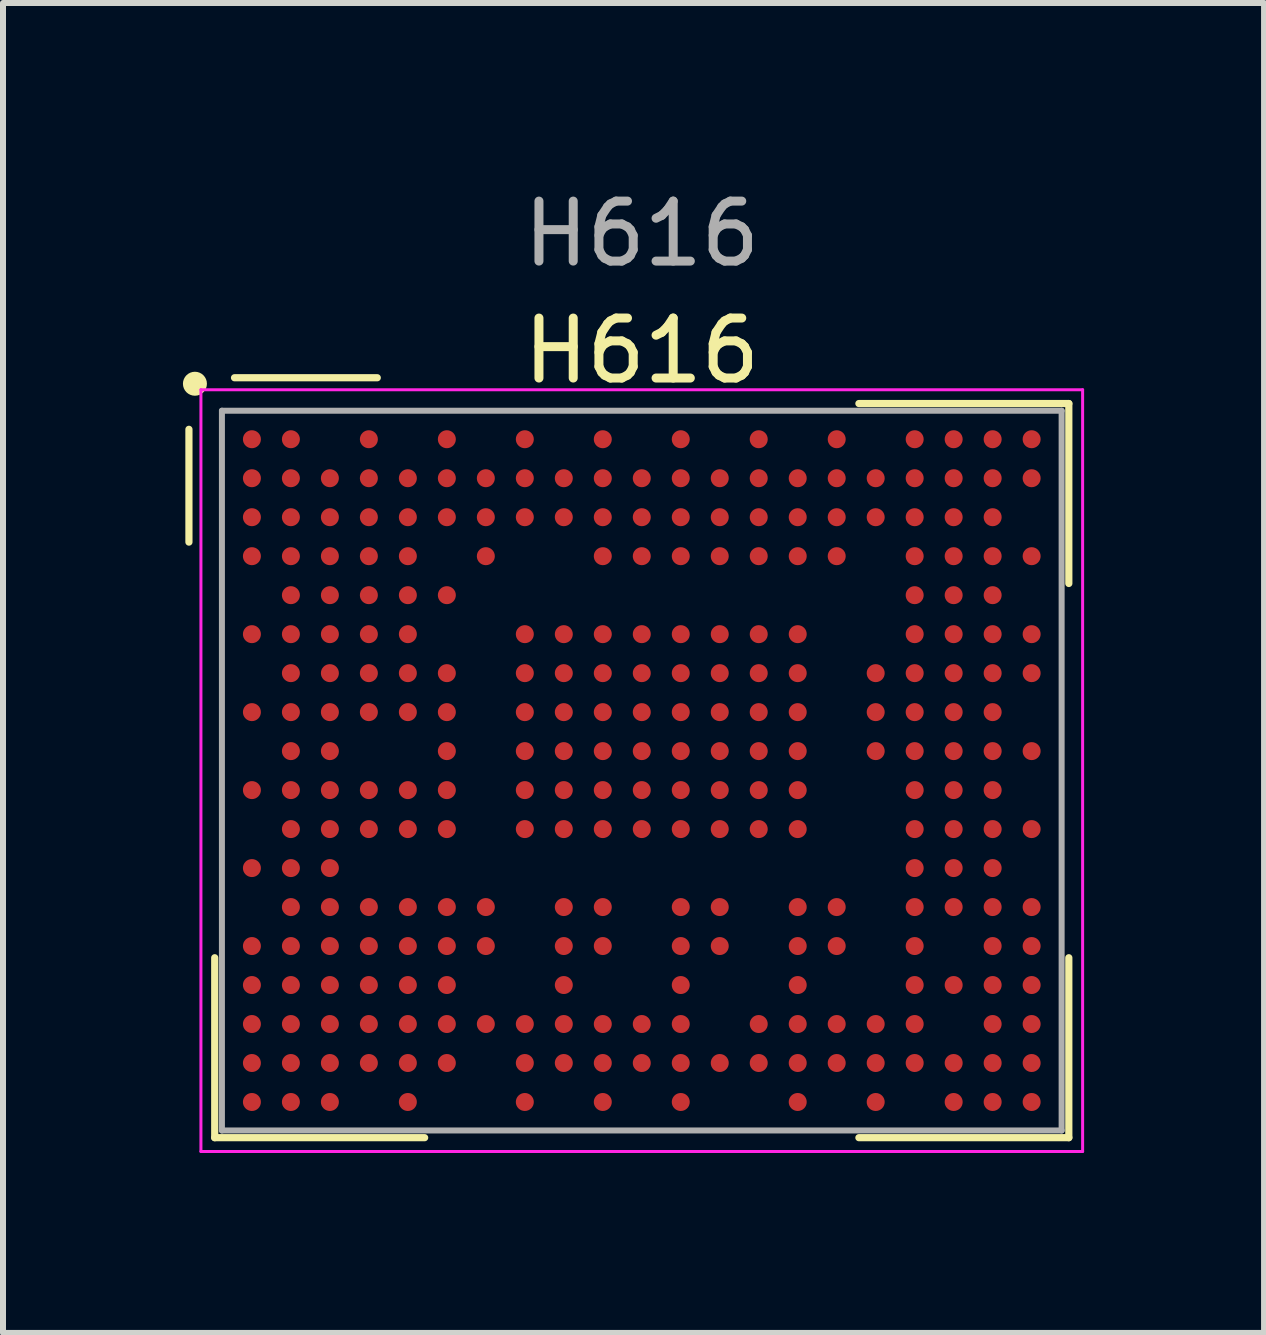
<source format=kicad_pcb>
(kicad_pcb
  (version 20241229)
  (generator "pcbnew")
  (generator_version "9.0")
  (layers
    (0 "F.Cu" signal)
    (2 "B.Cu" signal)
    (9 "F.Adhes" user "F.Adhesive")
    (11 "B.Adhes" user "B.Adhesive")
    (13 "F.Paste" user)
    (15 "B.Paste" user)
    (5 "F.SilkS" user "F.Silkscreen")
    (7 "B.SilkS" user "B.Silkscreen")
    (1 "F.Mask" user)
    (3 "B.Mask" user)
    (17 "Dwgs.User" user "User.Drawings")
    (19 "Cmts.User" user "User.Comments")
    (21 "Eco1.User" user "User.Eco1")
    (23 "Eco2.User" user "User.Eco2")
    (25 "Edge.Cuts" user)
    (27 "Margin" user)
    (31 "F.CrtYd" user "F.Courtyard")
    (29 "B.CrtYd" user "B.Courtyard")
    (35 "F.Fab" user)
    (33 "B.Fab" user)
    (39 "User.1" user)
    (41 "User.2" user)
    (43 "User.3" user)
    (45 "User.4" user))
  (footprint "H616"
    (layer "F.Cu")
    (at 7.65 9.798)
    (property "Reference" "H616" (at 0 -7 0) (layer "F.SilkS") (effects (font (size 1 1) (thickness 0.15))))
    (attr smd)
    (fp_line (start -7.55 -5.69) (end -7.55 -3.81) (stroke (width 0.12) (type default)) (layer "F.SilkS"))
    (fp_line (start -7.12 6.12) (end -7.12 3.12) (stroke (width 0.12) (type default)) (layer "F.SilkS"))
    (fp_line (start -4.41 -6.55) (end -6.79 -6.55) (stroke (width 0.12) (type default)) (layer "F.SilkS"))
    (fp_line (start -3.62 6.12) (end -7.12 6.12) (stroke (width 0.12) (type default)) (layer "F.SilkS"))
    (fp_line (start 3.62 -6.12) (end 7.12 -6.12) (stroke (width 0.12) (type default)) (layer "F.SilkS"))
    (fp_line (start 3.62 6.12) (end 7.12 6.12) (stroke (width 0.12) (type default)) (layer "F.SilkS"))
    (fp_line (start 7.12 -6.12) (end 7.12 -3.12) (stroke (width 0.12) (type default)) (layer "F.SilkS"))
    (fp_line (start 7.12 6.12) (end 7.12 3.12) (stroke (width 0.12) (type default)) (layer "F.SilkS"))
    (fp_circle (center -7.45 -6.45) (end -7.45 -6.35) (stroke (width 0.2) (type default)) (fill no) (layer "F.SilkS"))
    (fp_line (start -7.35 -6.35) (end 7.35 -6.35) (stroke (width 0.05) (type default)) (layer "F.CrtYd"))
    (fp_line (start -7.35 6.35) (end -7.35 -6.35) (stroke (width 0.05) (type default)) (layer "F.CrtYd"))
    (fp_line (start 7.35 -6.35) (end 7.35 6.35) (stroke (width 0.05) (type default)) (layer "F.CrtYd"))
    (fp_line (start 7.35 6.35) (end -7.35 6.35) (stroke (width 0.05) (type default)) (layer "F.CrtYd"))
    (fp_line (start -7 -6) (end -7 6) (stroke (width 0.1) (type default)) (layer "F.Fab"))
    (fp_line (start -7 6) (end 7 6) (stroke (width 0.1) (type default)) (layer "F.Fab"))
    (fp_line (start 7 -6) (end -7 -6) (stroke (width 0.1) (type default)) (layer "F.Fab"))
    (fp_line (start 7 6) (end 7 -6) (stroke (width 0.1) (type default)) (layer "F.Fab"))
    (fp_text user "${REFERENCE}" (at 0 -8.95 0) (layer "F.Fab") (effects (font (size 1 1) (thickness 0.15))))
    (pad "A1" smd circle (at -6.5 -5.525) (size 0.3 0.3) (layers "F.Cu" "F.Mask" "F.Paste"))
    (pad "A2" smd circle (at -5.85 -5.525) (size 0.3 0.3) (layers "F.Cu" "F.Mask" "F.Paste"))
    (pad "A4" smd circle (at -4.55 -5.525) (size 0.3 0.3) (layers "F.Cu" "F.Mask" "F.Paste"))
    (pad "A6" smd circle (at -3.25 -5.525) (size 0.3 0.3) (layers "F.Cu" "F.Mask" "F.Paste"))
    (pad "A8" smd circle (at -1.95 -5.525) (size 0.3 0.3) (layers "F.Cu" "F.Mask" "F.Paste"))
    (pad "A10" smd circle (at -0.65 -5.525) (size 0.3 0.3) (layers "F.Cu" "F.Mask" "F.Paste"))
    (pad "A12" smd circle (at 0.65 -5.525) (size 0.3 0.3) (layers "F.Cu" "F.Mask" "F.Paste"))
    (pad "A14" smd circle (at 1.95 -5.525) (size 0.3 0.3) (layers "F.Cu" "F.Mask" "F.Paste"))
    (pad "A16" smd circle (at 3.25 -5.525) (size 0.3 0.3) (layers "F.Cu" "F.Mask" "F.Paste"))
    (pad "A18" smd circle (at 4.55 -5.525) (size 0.3 0.3) (layers "F.Cu" "F.Mask" "F.Paste"))
    (pad "A19" smd circle (at 5.2 -5.525) (size 0.3 0.3) (layers "F.Cu" "F.Mask" "F.Paste"))
    (pad "A20" smd circle (at 5.85 -5.525) (size 0.3 0.3) (layers "F.Cu" "F.Mask" "F.Paste"))
    (pad "A21" smd circle (at 6.5 -5.525) (size 0.3 0.3) (layers "F.Cu" "F.Mask" "F.Paste"))
    (pad "B1" smd circle (at -6.5 -4.875) (size 0.3 0.3) (layers "F.Cu" "F.Mask" "F.Paste"))
    (pad "B2" smd circle (at -5.85 -4.875) (size 0.3 0.3) (layers "F.Cu" "F.Mask" "F.Paste"))
    (pad "B3" smd circle (at -5.2 -4.875) (size 0.3 0.3) (layers "F.Cu" "F.Mask" "F.Paste"))
    (pad "B4" smd circle (at -4.55 -4.875) (size 0.3 0.3) (layers "F.Cu" "F.Mask" "F.Paste"))
    (pad "B5" smd circle (at -3.9 -4.875) (size 0.3 0.3) (layers "F.Cu" "F.Mask" "F.Paste"))
    (pad "B6" smd circle (at -3.25 -4.875) (size 0.3 0.3) (layers "F.Cu" "F.Mask" "F.Paste"))
    (pad "B7" smd circle (at -2.6 -4.875) (size 0.3 0.3) (layers "F.Cu" "F.Mask" "F.Paste"))
    (pad "B8" smd circle (at -1.95 -4.875) (size 0.3 0.3) (layers "F.Cu" "F.Mask" "F.Paste"))
    (pad "B9" smd circle (at -1.3 -4.875) (size 0.3 0.3) (layers "F.Cu" "F.Mask" "F.Paste"))
    (pad "B10" smd circle (at -0.65 -4.875) (size 0.3 0.3) (layers "F.Cu" "F.Mask" "F.Paste"))
    (pad "B11" smd circle (at 0 -4.875) (size 0.3 0.3) (layers "F.Cu" "F.Mask" "F.Paste"))
    (pad "B12" smd circle (at 0.65 -4.875) (size 0.3 0.3) (layers "F.Cu" "F.Mask" "F.Paste"))
    (pad "B13" smd circle (at 1.3 -4.875) (size 0.3 0.3) (layers "F.Cu" "F.Mask" "F.Paste"))
    (pad "B14" smd circle (at 1.95 -4.875) (size 0.3 0.3) (layers "F.Cu" "F.Mask" "F.Paste"))
    (pad "B15" smd circle (at 2.6 -4.875) (size 0.3 0.3) (layers "F.Cu" "F.Mask" "F.Paste"))
    (pad "B16" smd circle (at 3.25 -4.875) (size 0.3 0.3) (layers "F.Cu" "F.Mask" "F.Paste"))
    (pad "B17" smd circle (at 3.9 -4.875) (size 0.3 0.3) (layers "F.Cu" "F.Mask" "F.Paste"))
    (pad "B18" smd circle (at 4.55 -4.875) (size 0.3 0.3) (layers "F.Cu" "F.Mask" "F.Paste"))
    (pad "B19" smd circle (at 5.2 -4.875) (size 0.3 0.3) (layers "F.Cu" "F.Mask" "F.Paste"))
    (pad "B20" smd circle (at 5.85 -4.875) (size 0.3 0.3) (layers "F.Cu" "F.Mask" "F.Paste"))
    (pad "B21" smd circle (at 6.5 -4.875) (size 0.3 0.3) (layers "F.Cu" "F.Mask" "F.Paste"))
    (pad "C1" smd circle (at -6.5 -4.225) (size 0.3 0.3) (layers "F.Cu" "F.Mask" "F.Paste"))
    (pad "C2" smd circle (at -5.85 -4.225) (size 0.3 0.3) (layers "F.Cu" "F.Mask" "F.Paste"))
    (pad "C3" smd circle (at -5.2 -4.225) (size 0.3 0.3) (layers "F.Cu" "F.Mask" "F.Paste"))
    (pad "C4" smd circle (at -4.55 -4.225) (size 0.3 0.3) (layers "F.Cu" "F.Mask" "F.Paste"))
    (pad "C5" smd circle (at -3.9 -4.225) (size 0.3 0.3) (layers "F.Cu" "F.Mask" "F.Paste"))
    (pad "C6" smd circle (at -3.25 -4.225) (size 0.3 0.3) (layers "F.Cu" "F.Mask" "F.Paste"))
    (pad "C7" smd circle (at -2.6 -4.225) (size 0.3 0.3) (layers "F.Cu" "F.Mask" "F.Paste"))
    (pad "C8" smd circle (at -1.95 -4.225) (size 0.3 0.3) (layers "F.Cu" "F.Mask" "F.Paste"))
    (pad "C9" smd circle (at -1.3 -4.225) (size 0.3 0.3) (layers "F.Cu" "F.Mask" "F.Paste"))
    (pad "C10" smd circle (at -0.65 -4.225) (size 0.3 0.3) (layers "F.Cu" "F.Mask" "F.Paste"))
    (pad "C11" smd circle (at 0 -4.225) (size 0.3 0.3) (layers "F.Cu" "F.Mask" "F.Paste"))
    (pad "C12" smd circle (at 0.65 -4.225) (size 0.3 0.3) (layers "F.Cu" "F.Mask" "F.Paste"))
    (pad "C13" smd circle (at 1.3 -4.225) (size 0.3 0.3) (layers "F.Cu" "F.Mask" "F.Paste"))
    (pad "C14" smd circle (at 1.95 -4.225) (size 0.3 0.3) (layers "F.Cu" "F.Mask" "F.Paste"))
    (pad "C15" smd circle (at 2.6 -4.225) (size 0.3 0.3) (layers "F.Cu" "F.Mask" "F.Paste"))
    (pad "C16" smd circle (at 3.25 -4.225) (size 0.3 0.3) (layers "F.Cu" "F.Mask" "F.Paste"))
    (pad "C17" smd circle (at 3.9 -4.225) (size 0.3 0.3) (layers "F.Cu" "F.Mask" "F.Paste"))
    (pad "C18" smd circle (at 4.55 -4.225) (size 0.3 0.3) (layers "F.Cu" "F.Mask" "F.Paste"))
    (pad "C19" smd circle (at 5.2 -4.225) (size 0.3 0.3) (layers "F.Cu" "F.Mask" "F.Paste"))
    (pad "C20" smd circle (at 5.85 -4.225) (size 0.3 0.3) (layers "F.Cu" "F.Mask" "F.Paste"))
    (pad "D1" smd circle (at -6.5 -3.575) (size 0.3 0.3) (layers "F.Cu" "F.Mask" "F.Paste"))
    (pad "D2" smd circle (at -5.85 -3.575) (size 0.3 0.3) (layers "F.Cu" "F.Mask" "F.Paste"))
    (pad "D3" smd circle (at -5.2 -3.575) (size 0.3 0.3) (layers "F.Cu" "F.Mask" "F.Paste"))
    (pad "D4" smd circle (at -4.55 -3.575) (size 0.3 0.3) (layers "F.Cu" "F.Mask" "F.Paste"))
    (pad "D5" smd circle (at -3.9 -3.575) (size 0.3 0.3) (layers "F.Cu" "F.Mask" "F.Paste"))
    (pad "D7" smd circle (at -2.6 -3.575) (size 0.3 0.3) (layers "F.Cu" "F.Mask" "F.Paste"))
    (pad "D10" smd circle (at -0.65 -3.575) (size 0.3 0.3) (layers "F.Cu" "F.Mask" "F.Paste"))
    (pad "D11" smd circle (at 0 -3.575) (size 0.3 0.3) (layers "F.Cu" "F.Mask" "F.Paste"))
    (pad "D12" smd circle (at 0.65 -3.575) (size 0.3 0.3) (layers "F.Cu" "F.Mask" "F.Paste"))
    (pad "D13" smd circle (at 1.3 -3.575) (size 0.3 0.3) (layers "F.Cu" "F.Mask" "F.Paste"))
    (pad "D14" smd circle (at 1.95 -3.575) (size 0.3 0.3) (layers "F.Cu" "F.Mask" "F.Paste"))
    (pad "D15" smd circle (at 2.6 -3.575) (size 0.3 0.3) (layers "F.Cu" "F.Mask" "F.Paste"))
    (pad "D16" smd circle (at 3.25 -3.575) (size 0.3 0.3) (layers "F.Cu" "F.Mask" "F.Paste"))
    (pad "D18" smd circle (at 4.55 -3.575) (size 0.3 0.3) (layers "F.Cu" "F.Mask" "F.Paste"))
    (pad "D19" smd circle (at 5.2 -3.575) (size 0.3 0.3) (layers "F.Cu" "F.Mask" "F.Paste"))
    (pad "D20" smd circle (at 5.85 -3.575) (size 0.3 0.3) (layers "F.Cu" "F.Mask" "F.Paste"))
    (pad "D21" smd circle (at 6.5 -3.575) (size 0.3 0.3) (layers "F.Cu" "F.Mask" "F.Paste"))
    (pad "E2" smd circle (at -5.85 -2.925) (size 0.3 0.3) (layers "F.Cu" "F.Mask" "F.Paste"))
    (pad "E3" smd circle (at -5.2 -2.925) (size 0.3 0.3) (layers "F.Cu" "F.Mask" "F.Paste"))
    (pad "E4" smd circle (at -4.55 -2.925) (size 0.3 0.3) (layers "F.Cu" "F.Mask" "F.Paste"))
    (pad "E5" smd circle (at -3.9 -2.925) (size 0.3 0.3) (layers "F.Cu" "F.Mask" "F.Paste"))
    (pad "E6" smd circle (at -3.25 -2.925) (size 0.3 0.3) (layers "F.Cu" "F.Mask" "F.Paste"))
    (pad "E18" smd circle (at 4.55 -2.925) (size 0.3 0.3) (layers "F.Cu" "F.Mask" "F.Paste"))
    (pad "E19" smd circle (at 5.2 -2.925) (size 0.3 0.3) (layers "F.Cu" "F.Mask" "F.Paste"))
    (pad "E20" smd circle (at 5.85 -2.925) (size 0.3 0.3) (layers "F.Cu" "F.Mask" "F.Paste"))
    (pad "F1" smd circle (at -6.5 -2.275) (size 0.3 0.3) (layers "F.Cu" "F.Mask" "F.Paste"))
    (pad "F2" smd circle (at -5.85 -2.275) (size 0.3 0.3) (layers "F.Cu" "F.Mask" "F.Paste"))
    (pad "F3" smd circle (at -5.2 -2.275) (size 0.3 0.3) (layers "F.Cu" "F.Mask" "F.Paste"))
    (pad "F4" smd circle (at -4.55 -2.275) (size 0.3 0.3) (layers "F.Cu" "F.Mask" "F.Paste"))
    (pad "F5" smd circle (at -3.9 -2.275) (size 0.3 0.3) (layers "F.Cu" "F.Mask" "F.Paste"))
    (pad "F8" smd circle (at -1.95 -2.275) (size 0.3 0.3) (layers "F.Cu" "F.Mask" "F.Paste"))
    (pad "F9" smd circle (at -1.3 -2.275) (size 0.3 0.3) (layers "F.Cu" "F.Mask" "F.Paste"))
    (pad "F10" smd circle (at -0.65 -2.275) (size 0.3 0.3) (layers "F.Cu" "F.Mask" "F.Paste"))
    (pad "F11" smd circle (at 0 -2.275) (size 0.3 0.3) (layers "F.Cu" "F.Mask" "F.Paste"))
    (pad "F12" smd circle (at 0.65 -2.275) (size 0.3 0.3) (layers "F.Cu" "F.Mask" "F.Paste"))
    (pad "F13" smd circle (at 1.3 -2.275) (size 0.3 0.3) (layers "F.Cu" "F.Mask" "F.Paste"))
    (pad "F14" smd circle (at 1.95 -2.275) (size 0.3 0.3) (layers "F.Cu" "F.Mask" "F.Paste"))
    (pad "F15" smd circle (at 2.6 -2.275) (size 0.3 0.3) (layers "F.Cu" "F.Mask" "F.Paste"))
    (pad "F18" smd circle (at 4.55 -2.275) (size 0.3 0.3) (layers "F.Cu" "F.Mask" "F.Paste"))
    (pad "F19" smd circle (at 5.2 -2.275) (size 0.3 0.3) (layers "F.Cu" "F.Mask" "F.Paste"))
    (pad "F20" smd circle (at 5.85 -2.275) (size 0.3 0.3) (layers "F.Cu" "F.Mask" "F.Paste"))
    (pad "F21" smd circle (at 6.5 -2.275) (size 0.3 0.3) (layers "F.Cu" "F.Mask" "F.Paste"))
    (pad "G2" smd circle (at -5.85 -1.625) (size 0.3 0.3) (layers "F.Cu" "F.Mask" "F.Paste"))
    (pad "G3" smd circle (at -5.2 -1.625) (size 0.3 0.3) (layers "F.Cu" "F.Mask" "F.Paste"))
    (pad "G4" smd circle (at -4.55 -1.625) (size 0.3 0.3) (layers "F.Cu" "F.Mask" "F.Paste"))
    (pad "G5" smd circle (at -3.9 -1.625) (size 0.3 0.3) (layers "F.Cu" "F.Mask" "F.Paste"))
    (pad "G6" smd circle (at -3.25 -1.625) (size 0.3 0.3) (layers "F.Cu" "F.Mask" "F.Paste"))
    (pad "G8" smd circle (at -1.95 -1.625) (size 0.3 0.3) (layers "F.Cu" "F.Mask" "F.Paste"))
    (pad "G9" smd circle (at -1.3 -1.625) (size 0.3 0.3) (layers "F.Cu" "F.Mask" "F.Paste"))
    (pad "G10" smd circle (at -0.65 -1.625) (size 0.3 0.3) (layers "F.Cu" "F.Mask" "F.Paste"))
    (pad "G11" smd circle (at 0 -1.625) (size 0.3 0.3) (layers "F.Cu" "F.Mask" "F.Paste"))
    (pad "G12" smd circle (at 0.65 -1.625) (size 0.3 0.3) (layers "F.Cu" "F.Mask" "F.Paste"))
    (pad "G13" smd circle (at 1.3 -1.625) (size 0.3 0.3) (layers "F.Cu" "F.Mask" "F.Paste"))
    (pad "G14" smd circle (at 1.95 -1.625) (size 0.3 0.3) (layers "F.Cu" "F.Mask" "F.Paste"))
    (pad "G15" smd circle (at 2.6 -1.625) (size 0.3 0.3) (layers "F.Cu" "F.Mask" "F.Paste"))
    (pad "G17" smd circle (at 3.9 -1.625) (size 0.3 0.3) (layers "F.Cu" "F.Mask" "F.Paste"))
    (pad "G18" smd circle (at 4.55 -1.625) (size 0.3 0.3) (layers "F.Cu" "F.Mask" "F.Paste"))
    (pad "G19" smd circle (at 5.2 -1.625) (size 0.3 0.3) (layers "F.Cu" "F.Mask" "F.Paste"))
    (pad "G20" smd circle (at 5.85 -1.625) (size 0.3 0.3) (layers "F.Cu" "F.Mask" "F.Paste"))
    (pad "G21" smd circle (at 6.5 -1.625) (size 0.3 0.3) (layers "F.Cu" "F.Mask" "F.Paste"))
    (pad "H1" smd circle (at -6.5 -0.975) (size 0.3 0.3) (layers "F.Cu" "F.Mask" "F.Paste"))
    (pad "H2" smd circle (at -5.85 -0.975) (size 0.3 0.3) (layers "F.Cu" "F.Mask" "F.Paste"))
    (pad "H3" smd circle (at -5.2 -0.975) (size 0.3 0.3) (layers "F.Cu" "F.Mask" "F.Paste"))
    (pad "H4" smd circle (at -4.55 -0.975) (size 0.3 0.3) (layers "F.Cu" "F.Mask" "F.Paste"))
    (pad "H5" smd circle (at -3.9 -0.975) (size 0.3 0.3) (layers "F.Cu" "F.Mask" "F.Paste"))
    (pad "H6" smd circle (at -3.25 -0.975) (size 0.3 0.3) (layers "F.Cu" "F.Mask" "F.Paste"))
    (pad "H8" smd circle (at -1.95 -0.975) (size 0.3 0.3) (layers "F.Cu" "F.Mask" "F.Paste"))
    (pad "H9" smd circle (at -1.3 -0.975) (size 0.3 0.3) (layers "F.Cu" "F.Mask" "F.Paste"))
    (pad "H10" smd circle (at -0.65 -0.975) (size 0.3 0.3) (layers "F.Cu" "F.Mask" "F.Paste"))
    (pad "H11" smd circle (at 0 -0.975) (size 0.3 0.3) (layers "F.Cu" "F.Mask" "F.Paste"))
    (pad "H12" smd circle (at 0.65 -0.975) (size 0.3 0.3) (layers "F.Cu" "F.Mask" "F.Paste"))
    (pad "H13" smd circle (at 1.3 -0.975) (size 0.3 0.3) (layers "F.Cu" "F.Mask" "F.Paste"))
    (pad "H14" smd circle (at 1.95 -0.975) (size 0.3 0.3) (layers "F.Cu" "F.Mask" "F.Paste"))
    (pad "H15" smd circle (at 2.6 -0.975) (size 0.3 0.3) (layers "F.Cu" "F.Mask" "F.Paste"))
    (pad "H17" smd circle (at 3.9 -0.975) (size 0.3 0.3) (layers "F.Cu" "F.Mask" "F.Paste"))
    (pad "H18" smd circle (at 4.55 -0.975) (size 0.3 0.3) (layers "F.Cu" "F.Mask" "F.Paste"))
    (pad "H19" smd circle (at 5.2 -0.975) (size 0.3 0.3) (layers "F.Cu" "F.Mask" "F.Paste"))
    (pad "H20" smd circle (at 5.85 -0.975) (size 0.3 0.3) (layers "F.Cu" "F.Mask" "F.Paste"))
    (pad "J2" smd circle (at -5.85 -0.325) (size 0.3 0.3) (layers "F.Cu" "F.Mask" "F.Paste"))
    (pad "J3" smd circle (at -5.2 -0.325) (size 0.3 0.3) (layers "F.Cu" "F.Mask" "F.Paste"))
    (pad "J6" smd circle (at -3.25 -0.325) (size 0.3 0.3) (layers "F.Cu" "F.Mask" "F.Paste"))
    (pad "J8" smd circle (at -1.95 -0.325) (size 0.3 0.3) (layers "F.Cu" "F.Mask" "F.Paste"))
    (pad "J9" smd circle (at -1.3 -0.325) (size 0.3 0.3) (layers "F.Cu" "F.Mask" "F.Paste"))
    (pad "J10" smd circle (at -0.65 -0.325) (size 0.3 0.3) (layers "F.Cu" "F.Mask" "F.Paste"))
    (pad "J11" smd circle (at 0 -0.325) (size 0.3 0.3) (layers "F.Cu" "F.Mask" "F.Paste"))
    (pad "J12" smd circle (at 0.65 -0.325) (size 0.3 0.3) (layers "F.Cu" "F.Mask" "F.Paste"))
    (pad "J13" smd circle (at 1.3 -0.325) (size 0.3 0.3) (layers "F.Cu" "F.Mask" "F.Paste"))
    (pad "J14" smd circle (at 1.95 -0.325) (size 0.3 0.3) (layers "F.Cu" "F.Mask" "F.Paste"))
    (pad "J15" smd circle (at 2.6 -0.325) (size 0.3 0.3) (layers "F.Cu" "F.Mask" "F.Paste"))
    (pad "J17" smd circle (at 3.9 -0.325) (size 0.3 0.3) (layers "F.Cu" "F.Mask" "F.Paste"))
    (pad "J18" smd circle (at 4.55 -0.325) (size 0.3 0.3) (layers "F.Cu" "F.Mask" "F.Paste"))
    (pad "J19" smd circle (at 5.2 -0.325) (size 0.3 0.3) (layers "F.Cu" "F.Mask" "F.Paste"))
    (pad "J20" smd circle (at 5.85 -0.325) (size 0.3 0.3) (layers "F.Cu" "F.Mask" "F.Paste"))
    (pad "J21" smd circle (at 6.5 -0.325) (size 0.3 0.3) (layers "F.Cu" "F.Mask" "F.Paste"))
    (pad "K1" smd circle (at -6.5 0.325) (size 0.3 0.3) (layers "F.Cu" "F.Mask" "F.Paste"))
    (pad "K2" smd circle (at -5.85 0.325) (size 0.3 0.3) (layers "F.Cu" "F.Mask" "F.Paste"))
    (pad "K3" smd circle (at -5.2 0.325) (size 0.3 0.3) (layers "F.Cu" "F.Mask" "F.Paste"))
    (pad "K4" smd circle (at -4.55 0.325) (size 0.3 0.3) (layers "F.Cu" "F.Mask" "F.Paste"))
    (pad "K5" smd circle (at -3.9 0.325) (size 0.3 0.3) (layers "F.Cu" "F.Mask" "F.Paste"))
    (pad "K6" smd circle (at -3.25 0.325) (size 0.3 0.3) (layers "F.Cu" "F.Mask" "F.Paste"))
    (pad "K8" smd circle (at -1.95 0.325) (size 0.3 0.3) (layers "F.Cu" "F.Mask" "F.Paste"))
    (pad "K9" smd circle (at -1.3 0.325) (size 0.3 0.3) (layers "F.Cu" "F.Mask" "F.Paste"))
    (pad "K10" smd circle (at -0.65 0.325) (size 0.3 0.3) (layers "F.Cu" "F.Mask" "F.Paste"))
    (pad "K11" smd circle (at 0 0.325) (size 0.3 0.3) (layers "F.Cu" "F.Mask" "F.Paste"))
    (pad "K12" smd circle (at 0.65 0.325) (size 0.3 0.3) (layers "F.Cu" "F.Mask" "F.Paste"))
    (pad "K13" smd circle (at 1.3 0.325) (size 0.3 0.3) (layers "F.Cu" "F.Mask" "F.Paste"))
    (pad "K14" smd circle (at 1.95 0.325) (size 0.3 0.3) (layers "F.Cu" "F.Mask" "F.Paste"))
    (pad "K15" smd circle (at 2.6 0.325) (size 0.3 0.3) (layers "F.Cu" "F.Mask" "F.Paste"))
    (pad "K18" smd circle (at 4.55 0.325) (size 0.3 0.3) (layers "F.Cu" "F.Mask" "F.Paste"))
    (pad "K19" smd circle (at 5.2 0.325) (size 0.3 0.3) (layers "F.Cu" "F.Mask" "F.Paste"))
    (pad "K20" smd circle (at 5.85 0.325) (size 0.3 0.3) (layers "F.Cu" "F.Mask" "F.Paste"))
    (pad "L2" smd circle (at -5.85 0.975) (size 0.3 0.3) (layers "F.Cu" "F.Mask" "F.Paste"))
    (pad "L3" smd circle (at -5.2 0.975) (size 0.3 0.3) (layers "F.Cu" "F.Mask" "F.Paste"))
    (pad "L4" smd circle (at -4.55 0.975) (size 0.3 0.3) (layers "F.Cu" "F.Mask" "F.Paste"))
    (pad "L5" smd circle (at -3.9 0.975) (size 0.3 0.3) (layers "F.Cu" "F.Mask" "F.Paste"))
    (pad "L6" smd circle (at -3.25 0.975) (size 0.3 0.3) (layers "F.Cu" "F.Mask" "F.Paste"))
    (pad "L8" smd circle (at -1.95 0.975) (size 0.3 0.3) (layers "F.Cu" "F.Mask" "F.Paste"))
    (pad "L9" smd circle (at -1.3 0.975) (size 0.3 0.3) (layers "F.Cu" "F.Mask" "F.Paste"))
    (pad "L10" smd circle (at -0.65 0.975) (size 0.3 0.3) (layers "F.Cu" "F.Mask" "F.Paste"))
    (pad "L11" smd circle (at 0 0.975) (size 0.3 0.3) (layers "F.Cu" "F.Mask" "F.Paste"))
    (pad "L12" smd circle (at 0.65 0.975) (size 0.3 0.3) (layers "F.Cu" "F.Mask" "F.Paste"))
    (pad "L13" smd circle (at 1.3 0.975) (size 0.3 0.3) (layers "F.Cu" "F.Mask" "F.Paste"))
    (pad "L14" smd circle (at 1.95 0.975) (size 0.3 0.3) (layers "F.Cu" "F.Mask" "F.Paste"))
    (pad "L15" smd circle (at 2.6 0.975) (size 0.3 0.3) (layers "F.Cu" "F.Mask" "F.Paste"))
    (pad "L18" smd circle (at 4.55 0.975) (size 0.3 0.3) (layers "F.Cu" "F.Mask" "F.Paste"))
    (pad "L19" smd circle (at 5.2 0.975) (size 0.3 0.3) (layers "F.Cu" "F.Mask" "F.Paste"))
    (pad "L20" smd circle (at 5.85 0.975) (size 0.3 0.3) (layers "F.Cu" "F.Mask" "F.Paste"))
    (pad "L21" smd circle (at 6.5 0.975) (size 0.3 0.3) (layers "F.Cu" "F.Mask" "F.Paste"))
    (pad "M1" smd circle (at -6.5 1.625) (size 0.3 0.3) (layers "F.Cu" "F.Mask" "F.Paste"))
    (pad "M2" smd circle (at -5.85 1.625) (size 0.3 0.3) (layers "F.Cu" "F.Mask" "F.Paste"))
    (pad "M3" smd circle (at -5.2 1.625) (size 0.3 0.3) (layers "F.Cu" "F.Mask" "F.Paste"))
    (pad "M18" smd circle (at 4.55 1.625) (size 0.3 0.3) (layers "F.Cu" "F.Mask" "F.Paste"))
    (pad "M19" smd circle (at 5.2 1.625) (size 0.3 0.3) (layers "F.Cu" "F.Mask" "F.Paste"))
    (pad "M20" smd circle (at 5.85 1.625) (size 0.3 0.3) (layers "F.Cu" "F.Mask" "F.Paste"))
    (pad "N2" smd circle (at -5.85 2.275) (size 0.3 0.3) (layers "F.Cu" "F.Mask" "F.Paste"))
    (pad "N3" smd circle (at -5.2 2.275) (size 0.3 0.3) (layers "F.Cu" "F.Mask" "F.Paste"))
    (pad "N4" smd circle (at -4.55 2.275) (size 0.3 0.3) (layers "F.Cu" "F.Mask" "F.Paste"))
    (pad "N5" smd circle (at -3.9 2.275) (size 0.3 0.3) (layers "F.Cu" "F.Mask" "F.Paste"))
    (pad "N6" smd circle (at -3.25 2.275) (size 0.3 0.3) (layers "F.Cu" "F.Mask" "F.Paste"))
    (pad "N7" smd circle (at -2.6 2.275) (size 0.3 0.3) (layers "F.Cu" "F.Mask" "F.Paste"))
    (pad "N9" smd circle (at -1.3 2.275) (size 0.3 0.3) (layers "F.Cu" "F.Mask" "F.Paste"))
    (pad "N10" smd circle (at -0.65 2.275) (size 0.3 0.3) (layers "F.Cu" "F.Mask" "F.Paste"))
    (pad "N12" smd circle (at 0.65 2.275) (size 0.3 0.3) (layers "F.Cu" "F.Mask" "F.Paste"))
    (pad "N13" smd circle (at 1.3 2.275) (size 0.3 0.3) (layers "F.Cu" "F.Mask" "F.Paste"))
    (pad "N15" smd circle (at 2.6 2.275) (size 0.3 0.3) (layers "F.Cu" "F.Mask" "F.Paste"))
    (pad "N16" smd circle (at 3.25 2.275) (size 0.3 0.3) (layers "F.Cu" "F.Mask" "F.Paste"))
    (pad "N18" smd circle (at 4.55 2.275) (size 0.3 0.3) (layers "F.Cu" "F.Mask" "F.Paste"))
    (pad "N19" smd circle (at 5.2 2.275) (size 0.3 0.3) (layers "F.Cu" "F.Mask" "F.Paste"))
    (pad "N20" smd circle (at 5.85 2.275) (size 0.3 0.3) (layers "F.Cu" "F.Mask" "F.Paste"))
    (pad "N21" smd circle (at 6.5 2.275) (size 0.3 0.3) (layers "F.Cu" "F.Mask" "F.Paste"))
    (pad "P1" smd circle (at -6.5 2.925) (size 0.3 0.3) (layers "F.Cu" "F.Mask" "F.Paste"))
    (pad "P2" smd circle (at -5.85 2.925) (size 0.3 0.3) (layers "F.Cu" "F.Mask" "F.Paste"))
    (pad "P3" smd circle (at -5.2 2.925) (size 0.3 0.3) (layers "F.Cu" "F.Mask" "F.Paste"))
    (pad "P4" smd circle (at -4.55 2.925) (size 0.3 0.3) (layers "F.Cu" "F.Mask" "F.Paste"))
    (pad "P5" smd circle (at -3.9 2.925) (size 0.3 0.3) (layers "F.Cu" "F.Mask" "F.Paste"))
    (pad "P6" smd circle (at -3.25 2.925) (size 0.3 0.3) (layers "F.Cu" "F.Mask" "F.Paste"))
    (pad "P7" smd circle (at -2.6 2.925) (size 0.3 0.3) (layers "F.Cu" "F.Mask" "F.Paste"))
    (pad "P9" smd circle (at -1.3 2.925) (size 0.3 0.3) (layers "F.Cu" "F.Mask" "F.Paste"))
    (pad "P10" smd circle (at -0.65 2.925) (size 0.3 0.3) (layers "F.Cu" "F.Mask" "F.Paste"))
    (pad "P12" smd circle (at 0.65 2.925) (size 0.3 0.3) (layers "F.Cu" "F.Mask" "F.Paste"))
    (pad "P13" smd circle (at 1.3 2.925) (size 0.3 0.3) (layers "F.Cu" "F.Mask" "F.Paste"))
    (pad "P15" smd circle (at 2.6 2.925) (size 0.3 0.3) (layers "F.Cu" "F.Mask" "F.Paste"))
    (pad "P16" smd circle (at 3.25 2.925) (size 0.3 0.3) (layers "F.Cu" "F.Mask" "F.Paste"))
    (pad "P18" smd circle (at 4.55 2.925) (size 0.3 0.3) (layers "F.Cu" "F.Mask" "F.Paste"))
    (pad "P20" smd circle (at 5.85 2.925) (size 0.3 0.3) (layers "F.Cu" "F.Mask" "F.Paste"))
    (pad "P21" smd circle (at 6.5 2.925) (size 0.3 0.3) (layers "F.Cu" "F.Mask" "F.Paste"))
    (pad "R1" smd circle (at -6.5 3.575) (size 0.3 0.3) (layers "F.Cu" "F.Mask" "F.Paste"))
    (pad "R2" smd circle (at -5.85 3.575) (size 0.3 0.3) (layers "F.Cu" "F.Mask" "F.Paste"))
    (pad "R3" smd circle (at -5.2 3.575) (size 0.3 0.3) (layers "F.Cu" "F.Mask" "F.Paste"))
    (pad "R4" smd circle (at -4.55 3.575) (size 0.3 0.3) (layers "F.Cu" "F.Mask" "F.Paste"))
    (pad "R5" smd circle (at -3.9 3.575) (size 0.3 0.3) (layers "F.Cu" "F.Mask" "F.Paste"))
    (pad "R6" smd circle (at -3.25 3.575) (size 0.3 0.3) (layers "F.Cu" "F.Mask" "F.Paste"))
    (pad "R9" smd circle (at -1.3 3.575) (size 0.3 0.3) (layers "F.Cu" "F.Mask" "F.Paste"))
    (pad "R12" smd circle (at 0.65 3.575) (size 0.3 0.3) (layers "F.Cu" "F.Mask" "F.Paste"))
    (pad "R15" smd circle (at 2.6 3.575) (size 0.3 0.3) (layers "F.Cu" "F.Mask" "F.Paste"))
    (pad "R18" smd circle (at 4.55 3.575) (size 0.3 0.3) (layers "F.Cu" "F.Mask" "F.Paste"))
    (pad "R19" smd circle (at 5.2 3.575) (size 0.3 0.3) (layers "F.Cu" "F.Mask" "F.Paste"))
    (pad "R20" smd circle (at 5.85 3.575) (size 0.3 0.3) (layers "F.Cu" "F.Mask" "F.Paste"))
    (pad "R21" smd circle (at 6.5 3.575) (size 0.3 0.3) (layers "F.Cu" "F.Mask" "F.Paste"))
    (pad "T1" smd circle (at -6.5 4.225) (size 0.3 0.3) (layers "F.Cu" "F.Mask" "F.Paste"))
    (pad "T2" smd circle (at -5.85 4.225) (size 0.3 0.3) (layers "F.Cu" "F.Mask" "F.Paste"))
    (pad "T3" smd circle (at -5.2 4.225) (size 0.3 0.3) (layers "F.Cu" "F.Mask" "F.Paste"))
    (pad "T4" smd circle (at -4.55 4.225) (size 0.3 0.3) (layers "F.Cu" "F.Mask" "F.Paste"))
    (pad "T5" smd circle (at -3.9 4.225) (size 0.3 0.3) (layers "F.Cu" "F.Mask" "F.Paste"))
    (pad "T6" smd circle (at -3.25 4.225) (size 0.3 0.3) (layers "F.Cu" "F.Mask" "F.Paste"))
    (pad "T7" smd circle (at -2.6 4.225) (size 0.3 0.3) (layers "F.Cu" "F.Mask" "F.Paste"))
    (pad "T8" smd circle (at -1.95 4.225) (size 0.3 0.3) (layers "F.Cu" "F.Mask" "F.Paste"))
    (pad "T9" smd circle (at -1.3 4.225) (size 0.3 0.3) (layers "F.Cu" "F.Mask" "F.Paste"))
    (pad "T10" smd circle (at -0.65 4.225) (size 0.3 0.3) (layers "F.Cu" "F.Mask" "F.Paste"))
    (pad "T11" smd circle (at 0 4.225) (size 0.3 0.3) (layers "F.Cu" "F.Mask" "F.Paste"))
    (pad "T12" smd circle (at 0.65 4.225) (size 0.3 0.3) (layers "F.Cu" "F.Mask" "F.Paste"))
    (pad "T14" smd circle (at 1.95 4.225) (size 0.3 0.3) (layers "F.Cu" "F.Mask" "F.Paste"))
    (pad "T15" smd circle (at 2.6 4.225) (size 0.3 0.3) (layers "F.Cu" "F.Mask" "F.Paste"))
    (pad "T16" smd circle (at 3.25 4.225) (size 0.3 0.3) (layers "F.Cu" "F.Mask" "F.Paste"))
    (pad "T17" smd circle (at 3.9 4.225) (size 0.3 0.3) (layers "F.Cu" "F.Mask" "F.Paste"))
    (pad "T18" smd circle (at 4.55 4.225) (size 0.3 0.3) (layers "F.Cu" "F.Mask" "F.Paste"))
    (pad "T20" smd circle (at 5.85 4.225) (size 0.3 0.3) (layers "F.Cu" "F.Mask" "F.Paste"))
    (pad "T21" smd circle (at 6.5 4.225) (size 0.3 0.3) (layers "F.Cu" "F.Mask" "F.Paste"))
    (pad "U1" smd circle (at -6.5 4.875) (size 0.3 0.3) (layers "F.Cu" "F.Mask" "F.Paste"))
    (pad "U2" smd circle (at -5.85 4.875) (size 0.3 0.3) (layers "F.Cu" "F.Mask" "F.Paste"))
    (pad "U3" smd circle (at -5.2 4.875) (size 0.3 0.3) (layers "F.Cu" "F.Mask" "F.Paste"))
    (pad "U4" smd circle (at -4.55 4.875) (size 0.3 0.3) (layers "F.Cu" "F.Mask" "F.Paste"))
    (pad "U5" smd circle (at -3.9 4.875) (size 0.3 0.3) (layers "F.Cu" "F.Mask" "F.Paste"))
    (pad "U6" smd circle (at -3.25 4.875) (size 0.3 0.3) (layers "F.Cu" "F.Mask" "F.Paste"))
    (pad "U8" smd circle (at -1.95 4.875) (size 0.3 0.3) (layers "F.Cu" "F.Mask" "F.Paste"))
    (pad "U9" smd circle (at -1.3 4.875) (size 0.3 0.3) (layers "F.Cu" "F.Mask" "F.Paste"))
    (pad "U10" smd circle (at -0.65 4.875) (size 0.3 0.3) (layers "F.Cu" "F.Mask" "F.Paste"))
    (pad "U11" smd circle (at 0 4.875) (size 0.3 0.3) (layers "F.Cu" "F.Mask" "F.Paste"))
    (pad "U12" smd circle (at 0.65 4.875) (size 0.3 0.3) (layers "F.Cu" "F.Mask" "F.Paste"))
    (pad "U13" smd circle (at 1.3 4.875) (size 0.3 0.3) (layers "F.Cu" "F.Mask" "F.Paste"))
    (pad "U14" smd circle (at 1.95 4.875) (size 0.3 0.3) (layers "F.Cu" "F.Mask" "F.Paste"))
    (pad "U15" smd circle (at 2.6 4.875) (size 0.3 0.3) (layers "F.Cu" "F.Mask" "F.Paste"))
    (pad "U16" smd circle (at 3.25 4.875) (size 0.3 0.3) (layers "F.Cu" "F.Mask" "F.Paste"))
    (pad "U17" smd circle (at 3.9 4.875) (size 0.3 0.3) (layers "F.Cu" "F.Mask" "F.Paste"))
    (pad "U18" smd circle (at 4.55 4.875) (size 0.3 0.3) (layers "F.Cu" "F.Mask" "F.Paste"))
    (pad "U19" smd circle (at 5.2 4.875) (size 0.3 0.3) (layers "F.Cu" "F.Mask" "F.Paste"))
    (pad "U20" smd circle (at 5.85 4.875) (size 0.3 0.3) (layers "F.Cu" "F.Mask" "F.Paste"))
    (pad "U21" smd circle (at 6.5 4.875) (size 0.3 0.3) (layers "F.Cu" "F.Mask" "F.Paste"))
    (pad "V1" smd circle (at -6.5 5.525) (size 0.3 0.3) (layers "F.Cu" "F.Mask" "F.Paste"))
    (pad "V2" smd circle (at -5.85 5.525) (size 0.3 0.3) (layers "F.Cu" "F.Mask" "F.Paste"))
    (pad "V3" smd circle (at -5.2 5.525) (size 0.3 0.3) (layers "F.Cu" "F.Mask" "F.Paste"))
    (pad "V5" smd circle (at -3.9 5.525) (size 0.3 0.3) (layers "F.Cu" "F.Mask" "F.Paste"))
    (pad "V8" smd circle (at -1.95 5.525) (size 0.3 0.3) (layers "F.Cu" "F.Mask" "F.Paste"))
    (pad "V10" smd circle (at -0.65 5.525) (size 0.3 0.3) (layers "F.Cu" "F.Mask" "F.Paste"))
    (pad "V12" smd circle (at 0.65 5.525) (size 0.3 0.3) (layers "F.Cu" "F.Mask" "F.Paste"))
    (pad "V15" smd circle (at 2.6 5.525) (size 0.3 0.3) (layers "F.Cu" "F.Mask" "F.Paste"))
    (pad "V17" smd circle (at 3.9 5.525) (size 0.3 0.3) (layers "F.Cu" "F.Mask" "F.Paste"))
    (pad "V19" smd circle (at 5.2 5.525) (size 0.3 0.3) (layers "F.Cu" "F.Mask" "F.Paste"))
    (pad "V20" smd circle (at 5.85 5.525) (size 0.3 0.3) (layers "F.Cu" "F.Mask" "F.Paste"))
    (pad "V21" smd circle (at 6.5 5.525) (size 0.3 0.3) (layers "F.Cu" "F.Mask" "F.Paste")))
  (gr_rect
    (start -3 -3)
    (end 18.025 19.173)
    (stroke (width 0.1) (type default))
    (fill no)
    (layer "Edge.Cuts")))
</source>
